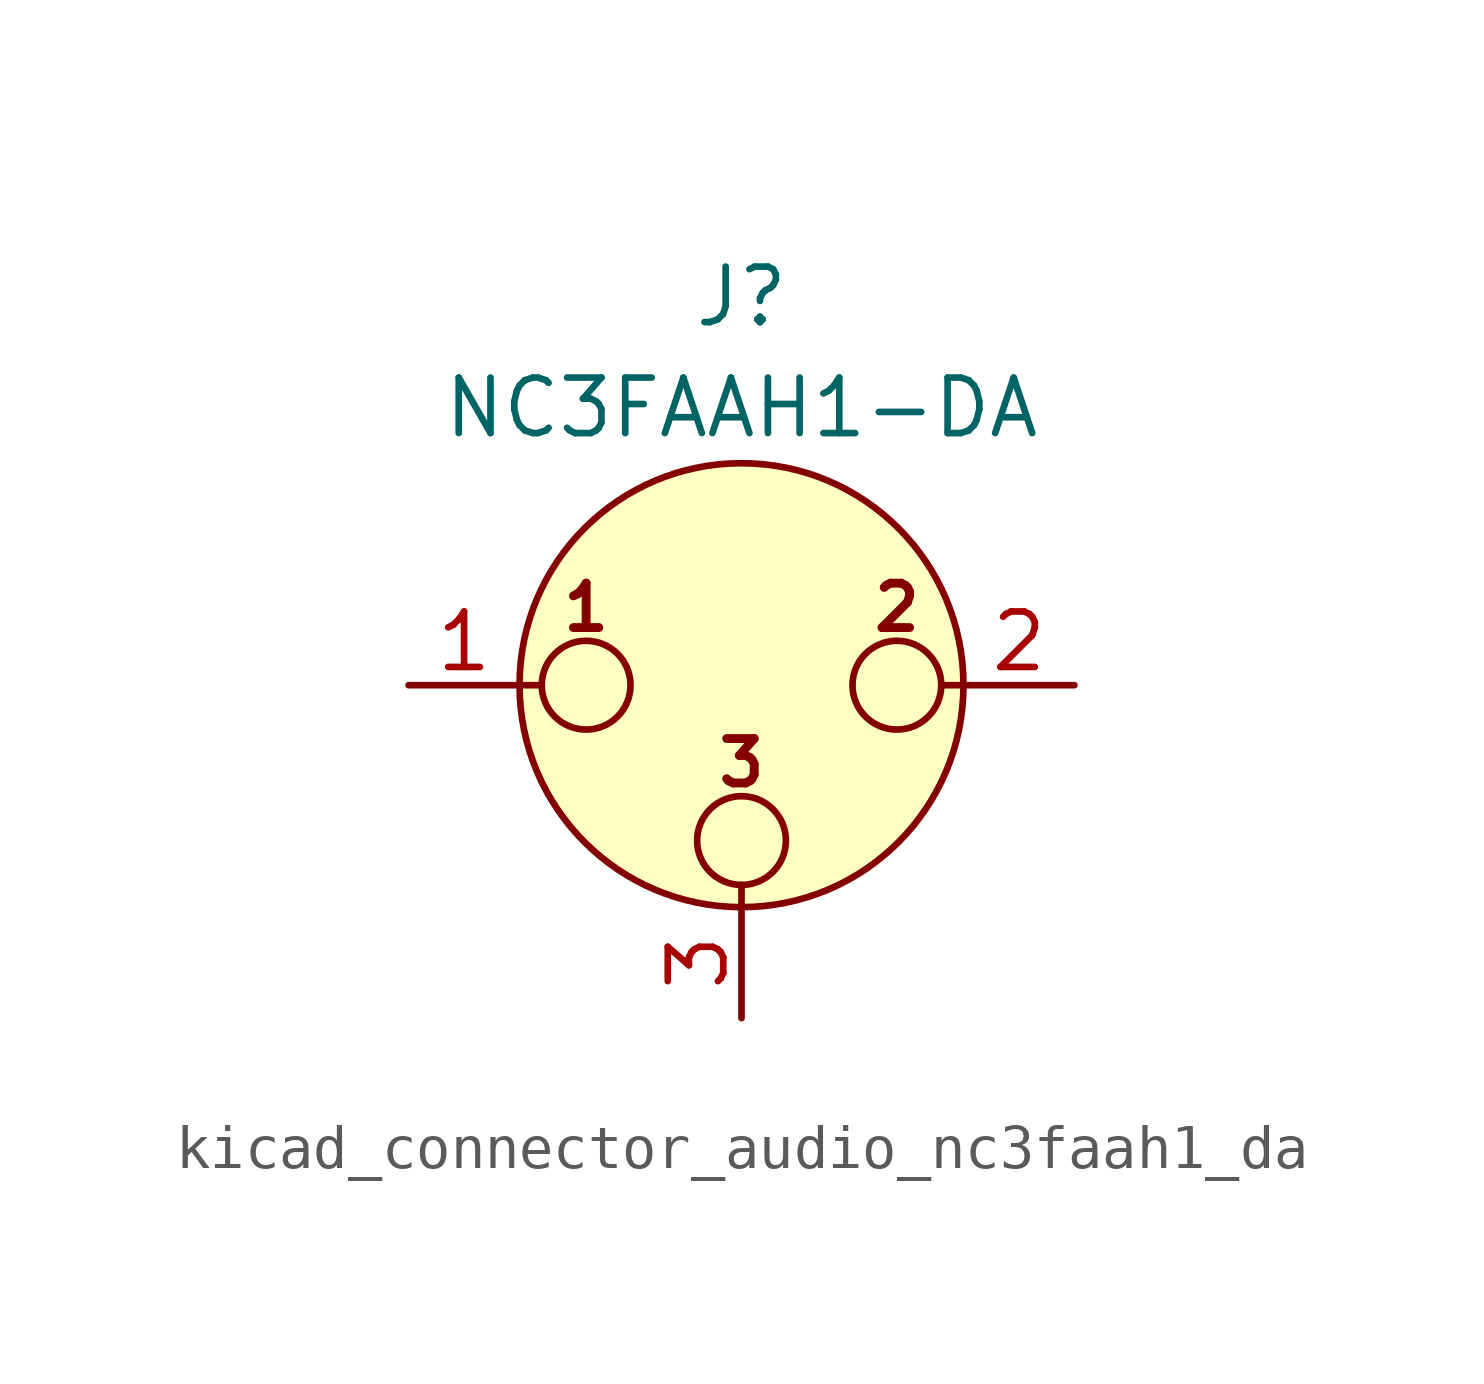
<source format=kicad_sym>
(kicad_symbol_lib
  (version 20220914)
  (generator kicad_symbol_editor)
  (symbol "kicad_connector_audio_nc3faah1_da"
    (pin_names hide)
    (property "Reference" "J"
      (at 0 8.89 0)
      (effects (font (size 1.27 1.27))))
    (property "Value" "NC3FAAH1-DA"
      (at 0 6.35 0)
      (effects (font (size 1.27 1.27))))
    (symbol "kicad_connector_audio_nc3faah1_da_0_1"
      (circle (center -3.556 0) (radius 1.016) (stroke (width 0) (type default)) (fill (type none)))
      (circle (center 0 -3.556) (radius 1.016) (stroke (width 0) (type default)) (fill (type none)))
      (polyline (pts (xy -5.08 0) (xy -4.572 0)) (stroke (width 0) (type default)) (fill (type none)))
      (polyline (pts (xy 0 -5.08) (xy 0 -4.572)) (stroke (width 0) (type default)) (fill (type none)))
      (polyline (pts (xy 5.08 0) (xy 4.572 0)) (stroke (width 0) (type default)) (fill (type none)))
      (circle (center 0 0) (radius 5.08) (stroke (width 0) (type default)) (fill (type background)))
      (circle (center 3.556 0) (radius 1.016) (stroke (width 0) (type default)) (fill (type none)))
      (text "1" (at -3.556 1.778 0) (effects (font (size 1.016 1.016) bold)))
      (text "2" (at 3.556 1.778 0) (effects (font (size 1.016 1.016) bold)))
      (text "3" (at 0 -1.778 0) (effects (font (size 1.016 1.016) bold)))
      (pin passive line (at -7.62 0 0) (length 2.54) (name "~" (effects (font (size 1.27 1.27)))) (number "1" (effects (font (size 1.27 1.27)))))
      (pin passive line (at 7.62 0 180) (length 2.54) (name "~" (effects (font (size 1.27 1.27)))) (number "2" (effects (font (size 1.27 1.27)))))
      (pin passive line (at 0 -7.62 90) (length 2.54) (name "~" (effects (font (size 1.27 1.27)))) (number "3" (effects (font (size 1.27 1.27))))))))
</source>
